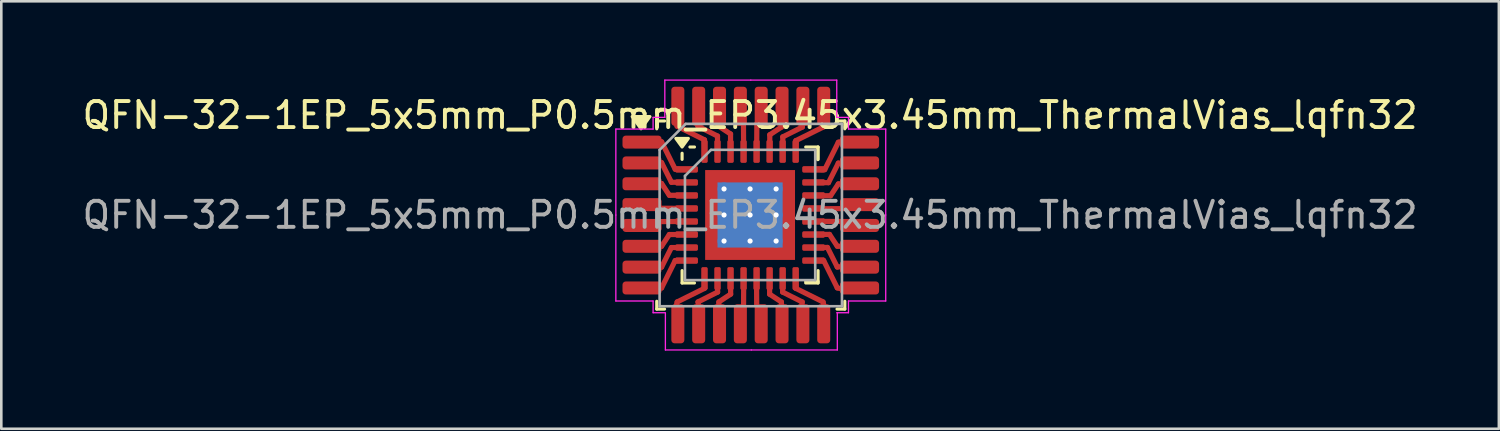
<source format=kicad_pcb>
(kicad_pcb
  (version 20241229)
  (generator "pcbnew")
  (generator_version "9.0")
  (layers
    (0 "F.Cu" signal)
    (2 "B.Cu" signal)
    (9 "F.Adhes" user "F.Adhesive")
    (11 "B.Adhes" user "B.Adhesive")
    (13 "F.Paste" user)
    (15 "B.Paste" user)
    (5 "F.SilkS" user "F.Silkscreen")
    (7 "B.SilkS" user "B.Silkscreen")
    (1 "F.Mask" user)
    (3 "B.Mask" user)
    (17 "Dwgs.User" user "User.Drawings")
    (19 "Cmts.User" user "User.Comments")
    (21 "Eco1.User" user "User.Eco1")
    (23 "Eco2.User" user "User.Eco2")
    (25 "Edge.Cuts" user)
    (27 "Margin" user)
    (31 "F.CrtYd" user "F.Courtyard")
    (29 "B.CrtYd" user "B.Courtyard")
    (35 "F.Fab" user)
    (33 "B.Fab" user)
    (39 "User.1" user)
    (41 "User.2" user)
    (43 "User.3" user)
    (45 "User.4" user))
  (footprint "QFN-32-1EP_5x5mm_P0.5mm_EP3.45x3.45mm_ThermalVias_lqfn32"
    (layer "F.Cu")
    (at 25.744 5.203)
    (property "Reference" "QFN-32-1EP_5x5mm_P0.5mm_EP3.45x3.45mm_ThermalVias_lqfn32" (at 0 -3.83 0) (layer "F.SilkS") (effects (font (size 1 1) (thickness 0.15))))
    (attr smd)
    (fp_line (start -3.398 1.202) (end -3.61 1.21) (stroke (width 0.2) (type default)) (layer "F.Cu"))
    (fp_line (start -3.398 2.002) (end -3.62 1.98) (stroke (width 0.2) (type default)) (layer "F.Cu"))
    (fp_line (start -3.398 2.802) (end -3.68 2.87) (stroke (width 0.2) (type default)) (layer "F.Cu"))
    (fp_line (start -3.397 -2.808) (end -3.679 -2.876) (stroke (width 0.2) (type default)) (layer "F.Cu"))
    (fp_line (start -3.397 -2.008) (end -3.619 -1.986) (stroke (width 0.2) (type default)) (layer "F.Cu"))
    (fp_line (start -3.397 -1.208) (end -3.609 -1.216) (stroke (width 0.2) (type default)) (layer "F.Cu"))
    (fp_line (start -3.1 0.75) (end -3.398 1.202) (stroke (width 0.2) (type default)) (layer "F.Cu"))
    (fp_line (start -3.099 -0.756) (end -3.397 -1.208) (stroke (width 0.2) (type default)) (layer "F.Cu"))
    (fp_line (start -3.02 1.25) (end -3.398 2.002) (stroke (width 0.2) (type default)) (layer "F.Cu"))
    (fp_line (start -3.019 -1.256) (end -3.397 -2.008) (stroke (width 0.2) (type default)) (layer "F.Cu"))
    (fp_line (start -2.875 0.25) (end -3.531 0.254) (stroke (width 0.2) (type default)) (layer "F.Cu"))
    (fp_line (start -2.875 0.75) (end -3.1 0.75) (stroke (width 0.2) (type default)) (layer "F.Cu"))
    (fp_line (start -2.875 1.25) (end -3.02 1.25) (stroke (width 0.2) (type default)) (layer "F.Cu"))
    (fp_line (start -2.875 1.75) (end -3.398 2.802) (stroke (width 0.2) (type default)) (layer "F.Cu"))
    (fp_line (start -2.875 1.75) (end -2.74 1.75) (stroke (width 0.2) (type default)) (layer "F.Cu"))
    (fp_line (start -2.874 -1.756) (end -3.397 -2.808) (stroke (width 0.2) (type default)) (layer "F.Cu"))
    (fp_line (start -2.874 -1.756) (end -2.739 -1.756) (stroke (width 0.2) (type default)) (layer "F.Cu"))
    (fp_line (start -2.874 -1.256) (end -3.019 -1.256) (stroke (width 0.2) (type default)) (layer "F.Cu"))
    (fp_line (start -2.874 -0.756) (end -3.099 -0.756) (stroke (width 0.2) (type default)) (layer "F.Cu"))
    (fp_line (start -2.874 -0.256) (end -3.53 -0.26) (stroke (width 0.2) (type default)) (layer "F.Cu"))
    (fp_line (start -2.802 -3.408) (end -2.87 -3.69) (stroke (width 0.2) (type default)) (layer "F.Cu"))
    (fp_line (start -2.798 3.337) (end -2.866 3.619) (stroke (width 0.2) (type default)) (layer "F.Cu"))
    (fp_line (start -2.002 -3.408) (end -1.98 -3.63) (stroke (width 0.2) (type default)) (layer "F.Cu"))
    (fp_line (start -1.998 3.337) (end -1.976 3.559) (stroke (width 0.2) (type default)) (layer "F.Cu"))
    (fp_line (start -1.75 -2.885) (end -2.802 -3.408) (stroke (width 0.2) (type default)) (layer "F.Cu"))
    (fp_line (start -1.75 -2.885) (end -1.75 -2.75) (stroke (width 0.2) (type default)) (layer "F.Cu"))
    (fp_line (start -1.746 2.814) (end -2.798 3.337) (stroke (width 0.2) (type default)) (layer "F.Cu"))
    (fp_line (start -1.746 2.814) (end -1.746 2.679) (stroke (width 0.2) (type default)) (layer "F.Cu"))
    (fp_line (start -1.25 -3.03) (end -2.002 -3.408) (stroke (width 0.2) (type default)) (layer "F.Cu"))
    (fp_line (start -1.25 -2.885) (end -1.25 -3.03) (stroke (width 0.2) (type default)) (layer "F.Cu"))
    (fp_line (start -1.246 2.814) (end -1.246 2.959) (stroke (width 0.2) (type default)) (layer "F.Cu"))
    (fp_line (start -1.246 2.959) (end -1.998 3.337) (stroke (width 0.2) (type default)) (layer "F.Cu"))
    (fp_line (start -1.202 -3.408) (end -1.21 -3.62) (stroke (width 0.2) (type default)) (layer "F.Cu"))
    (fp_line (start -1.198 3.337) (end -1.206 3.549) (stroke (width 0.2) (type default)) (layer "F.Cu"))
    (fp_line (start -0.75 -3.11) (end -1.202 -3.408) (stroke (width 0.2) (type default)) (layer "F.Cu"))
    (fp_line (start -0.75 -2.885) (end -0.75 -3.11) (stroke (width 0.2) (type default)) (layer "F.Cu"))
    (fp_line (start -0.746 2.814) (end -0.746 3.039) (stroke (width 0.2) (type default)) (layer "F.Cu"))
    (fp_line (start -0.746 3.039) (end -1.198 3.337) (stroke (width 0.2) (type default)) (layer "F.Cu"))
    (fp_line (start -0.25 -2.885) (end -0.254 -3.541) (stroke (width 0.2) (type default)) (layer "F.Cu"))
    (fp_line (start -0.246 2.814) (end -0.25 3.47) (stroke (width 0.2) (type default)) (layer "F.Cu"))
    (fp_line (start 0.25 2.815) (end 0.254 3.471) (stroke (width 0.2) (type default)) (layer "F.Cu"))
    (fp_line (start 0.256 -2.854) (end 0.26 -3.51) (stroke (width 0.2) (type default)) (layer "F.Cu"))
    (fp_line (start 0.75 2.815) (end 0.75 3.04) (stroke (width 0.2) (type default)) (layer "F.Cu"))
    (fp_line (start 0.75 3.04) (end 1.202 3.338) (stroke (width 0.2) (type default)) (layer "F.Cu"))
    (fp_line (start 0.756 -3.079) (end 1.208 -3.377) (stroke (width 0.2) (type default)) (layer "F.Cu"))
    (fp_line (start 0.756 -2.854) (end 0.756 -3.079) (stroke (width 0.2) (type default)) (layer "F.Cu"))
    (fp_line (start 1.202 3.338) (end 1.21 3.55) (stroke (width 0.2) (type default)) (layer "F.Cu"))
    (fp_line (start 1.208 -3.377) (end 1.216 -3.589) (stroke (width 0.2) (type default)) (layer "F.Cu"))
    (fp_line (start 1.25 2.815) (end 1.25 2.96) (stroke (width 0.2) (type default)) (layer "F.Cu"))
    (fp_line (start 1.25 2.96) (end 2.002 3.338) (stroke (width 0.2) (type default)) (layer "F.Cu"))
    (fp_line (start 1.256 -2.999) (end 2.008 -3.377) (stroke (width 0.2) (type default)) (layer "F.Cu"))
    (fp_line (start 1.256 -2.854) (end 1.256 -2.999) (stroke (width 0.2) (type default)) (layer "F.Cu"))
    (fp_line (start 1.75 2.815) (end 1.75 2.68) (stroke (width 0.2) (type default)) (layer "F.Cu"))
    (fp_line (start 1.75 2.815) (end 2.802 3.338) (stroke (width 0.2) (type default)) (layer "F.Cu"))
    (fp_line (start 1.756 -2.854) (end 1.756 -2.719) (stroke (width 0.2) (type default)) (layer "F.Cu"))
    (fp_line (start 1.756 -2.854) (end 2.808 -3.377) (stroke (width 0.2) (type default)) (layer "F.Cu"))
    (fp_line (start 2.002 3.338) (end 1.98 3.56) (stroke (width 0.2) (type default)) (layer "F.Cu"))
    (fp_line (start 2.008 -3.377) (end 1.986 -3.599) (stroke (width 0.2) (type default)) (layer "F.Cu"))
    (fp_line (start 2.802 3.338) (end 2.87 3.62) (stroke (width 0.2) (type default)) (layer "F.Cu"))
    (fp_line (start 2.808 -3.377) (end 2.876 -3.659) (stroke (width 0.2) (type default)) (layer "F.Cu"))
    (fp_line (start 2.824 0.246) (end 3.48 0.25) (stroke (width 0.2) (type default)) (layer "F.Cu"))
    (fp_line (start 2.824 0.746) (end 3.049 0.746) (stroke (width 0.2) (type default)) (layer "F.Cu"))
    (fp_line (start 2.824 1.246) (end 2.969 1.246) (stroke (width 0.2) (type default)) (layer "F.Cu"))
    (fp_line (start 2.824 1.746) (end 2.689 1.746) (stroke (width 0.2) (type default)) (layer "F.Cu"))
    (fp_line (start 2.824 1.746) (end 3.347 2.798) (stroke (width 0.2) (type default)) (layer "F.Cu"))
    (fp_line (start 2.865 -1.74) (end 2.73 -1.74) (stroke (width 0.2) (type default)) (layer "F.Cu"))
    (fp_line (start 2.865 -1.74) (end 3.388 -2.792) (stroke (width 0.2) (type default)) (layer "F.Cu"))
    (fp_line (start 2.865 -1.24) (end 3.01 -1.24) (stroke (width 0.2) (type default)) (layer "F.Cu"))
    (fp_line (start 2.865 -0.74) (end 3.09 -0.74) (stroke (width 0.2) (type default)) (layer "F.Cu"))
    (fp_line (start 2.865 -0.24) (end 3.521 -0.244) (stroke (width 0.2) (type default)) (layer "F.Cu"))
    (fp_line (start 2.969 1.246) (end 3.347 1.998) (stroke (width 0.2) (type default)) (layer "F.Cu"))
    (fp_line (start 3.01 -1.24) (end 3.388 -1.992) (stroke (width 0.2) (type default)) (layer "F.Cu"))
    (fp_line (start 3.049 0.746) (end 3.347 1.198) (stroke (width 0.2) (type default)) (layer "F.Cu"))
    (fp_line (start 3.09 -0.74) (end 3.388 -1.192) (stroke (width 0.2) (type default)) (layer "F.Cu"))
    (fp_line (start 3.347 1.198) (end 3.559 1.206) (stroke (width 0.2) (type default)) (layer "F.Cu"))
    (fp_line (start 3.347 1.998) (end 3.569 1.976) (stroke (width 0.2) (type default)) (layer "F.Cu"))
    (fp_line (start 3.347 2.798) (end 3.629 2.866) (stroke (width 0.2) (type default)) (layer "F.Cu"))
    (fp_line (start 3.388 -2.792) (end 3.67 -2.86) (stroke (width 0.2) (type default)) (layer "F.Cu"))
    (fp_line (start 3.388 -1.992) (end 3.61 -1.97) (stroke (width 0.2) (type default)) (layer "F.Cu"))
    (fp_line (start 3.388 -1.192) (end 3.6 -1.2) (stroke (width 0.2) (type default)) (layer "F.Cu"))
    (fp_line (start -3.583 -3.608) (end -3.583 -3.308) (stroke (width 0.12) (type solid)) (layer "F.SilkS"))
    (fp_line (start -3.583 3.612) (end -3.583 3.312) (stroke (width 0.12) (type solid)) (layer "F.SilkS"))
    (fp_line (start -3.283 -3.608) (end -3.583 -3.608) (stroke (width 0.12) (type solid)) (layer "F.SilkS"))
    (fp_line (start -3.283 3.612) (end -3.583 3.612) (stroke (width 0.12) (type solid)) (layer "F.SilkS"))
    (fp_line (start -2.61 -2.135) (end -2.61 -2.37) (stroke (width 0.12) (type solid)) (layer "F.SilkS"))
    (fp_line (start -2.61 2.61) (end -2.61 2.135) (stroke (width 0.12) (type solid)) (layer "F.SilkS"))
    (fp_line (start -2.135 -2.61) (end -2.31 -2.61) (stroke (width 0.12) (type solid)) (layer "F.SilkS"))
    (fp_line (start -2.135 2.61) (end -2.61 2.61) (stroke (width 0.12) (type solid)) (layer "F.SilkS"))
    (fp_line (start 2.135 -2.61) (end 2.61 -2.61) (stroke (width 0.12) (type solid)) (layer "F.SilkS"))
    (fp_line (start 2.135 2.61) (end 2.61 2.61) (stroke (width 0.12) (type solid)) (layer "F.SilkS"))
    (fp_line (start 2.6 -2.6) (end 2.6 -2.125) (stroke (width 0.12) (type solid)) (layer "F.SilkS"))
    (fp_line (start 2.61 -2.61) (end 2.61 -2.135) (stroke (width 0.12) (type solid)) (layer "F.SilkS"))
    (fp_line (start 2.61 2.55) (end 2.135 2.55) (stroke (width 0.12) (type solid)) (layer "F.SilkS"))
    (fp_line (start 2.61 2.61) (end 2.61 2.135) (stroke (width 0.12) (type solid)) (layer "F.SilkS"))
    (fp_line (start 3.337 -3.608) (end 3.637 -3.608) (stroke (width 0.12) (type solid)) (layer "F.SilkS"))
    (fp_line (start 3.337 3.612) (end 3.637 3.612) (stroke (width 0.12) (type solid)) (layer "F.SilkS"))
    (fp_line (start 3.637 -3.608) (end 3.637 -3.308) (stroke (width 0.12) (type solid)) (layer "F.SilkS"))
    (fp_line (start 3.637 3.612) (end 3.637 3.312) (stroke (width 0.12) (type solid)) (layer "F.SilkS"))
    (fp_poly (pts (xy -4.186 -3.308) (xy -4.526 -3.778) (xy -3.845 -3.778) (xy -4.186 -3.308)) (stroke (width 0.12) (type solid)) (fill yes) (layer "F.SilkS"))
    (fp_poly (pts (xy -2.61 -2.61) (xy -2.85 -2.94) (xy -2.37 -2.94) (xy -2.61 -2.61)) (stroke (width 0.12) (type solid)) (fill yes) (layer "F.SilkS"))
    (fp_line (start -5.153 -3.298) (end -5.153 0.002) (stroke (width 0.05) (type solid)) (layer "F.CrtYd"))
    (fp_line (start -5.153 3.302) (end -5.153 0.002) (stroke (width 0.05) (type solid)) (layer "F.CrtYd"))
    (fp_line (start -3.723 -3.748) (end -3.723 -3.298) (stroke (width 0.05) (type solid)) (layer "F.CrtYd"))
    (fp_line (start -3.723 -3.298) (end -5.153 -3.298) (stroke (width 0.05) (type solid)) (layer "F.CrtYd"))
    (fp_line (start -3.723 3.302) (end -5.153 3.302) (stroke (width 0.05) (type solid)) (layer "F.CrtYd"))
    (fp_line (start -3.723 3.752) (end -3.723 3.302) (stroke (width 0.05) (type solid)) (layer "F.CrtYd"))
    (fp_line (start -3.273 -5.178) (end -3.273 -3.748) (stroke (width 0.05) (type solid)) (layer "F.CrtYd"))
    (fp_line (start -3.273 -3.748) (end -3.723 -3.748) (stroke (width 0.05) (type solid)) (layer "F.CrtYd"))
    (fp_line (start -3.273 3.752) (end -3.723 3.752) (stroke (width 0.05) (type solid)) (layer "F.CrtYd"))
    (fp_line (start -3.251 3.752) (end -3.251 5.182) (stroke (width 0.05) (type solid)) (layer "F.CrtYd"))
    (fp_line (start -3.251 5.182) (end 0.049 5.182) (stroke (width 0.05) (type solid)) (layer "F.CrtYd"))
    (fp_line (start 0.027 -5.178) (end -3.273 -5.178) (stroke (width 0.05) (type solid)) (layer "F.CrtYd"))
    (fp_line (start 0.027 -5.178) (end 3.327 -5.178) (stroke (width 0.05) (type solid)) (layer "F.CrtYd"))
    (fp_line (start 3.327 -5.178) (end 3.327 -3.748) (stroke (width 0.05) (type solid)) (layer "F.CrtYd"))
    (fp_line (start 3.327 -3.748) (end 3.777 -3.748) (stroke (width 0.05) (type solid)) (layer "F.CrtYd"))
    (fp_line (start 3.327 3.752) (end 3.777 3.752) (stroke (width 0.05) (type solid)) (layer "F.CrtYd"))
    (fp_line (start 3.349 3.752) (end 3.349 5.182) (stroke (width 0.05) (type solid)) (layer "F.CrtYd"))
    (fp_line (start 3.349 5.182) (end 0.049 5.182) (stroke (width 0.05) (type solid)) (layer "F.CrtYd"))
    (fp_line (start 3.777 -3.748) (end 3.777 -3.298) (stroke (width 0.05) (type solid)) (layer "F.CrtYd"))
    (fp_line (start 3.777 -3.298) (end 5.207 -3.298) (stroke (width 0.05) (type solid)) (layer "F.CrtYd"))
    (fp_line (start 3.777 3.302) (end 5.207 3.302) (stroke (width 0.05) (type solid)) (layer "F.CrtYd"))
    (fp_line (start 3.777 3.752) (end 3.777 3.302) (stroke (width 0.05) (type solid)) (layer "F.CrtYd"))
    (fp_line (start 5.207 -3.298) (end 5.207 0.002) (stroke (width 0.05) (type solid)) (layer "F.CrtYd"))
    (fp_line (start 5.207 3.302) (end 5.207 0.002) (stroke (width 0.05) (type solid)) (layer "F.CrtYd"))
    (fp_line (start -3.473 -2.498) (end -2.473 -3.498) (stroke (width 0.1) (type solid)) (layer "F.Fab"))
    (fp_line (start -3.473 3.502) (end -3.473 -2.498) (stroke (width 0.1) (type solid)) (layer "F.Fab"))
    (fp_line (start -2.5 -1.5) (end -1.5 -2.5) (stroke (width 0.1) (type solid)) (layer "F.Fab"))
    (fp_line (start -2.5 2.5) (end -2.5 -1.5) (stroke (width 0.1) (type solid)) (layer "F.Fab"))
    (fp_line (start -2.473 -3.498) (end 3.527 -3.498) (stroke (width 0.1) (type solid)) (layer "F.Fab"))
    (fp_line (start -1.5 -2.5) (end 2.5 -2.5) (stroke (width 0.1) (type solid)) (layer "F.Fab"))
    (fp_line (start 2.5 -2.5) (end 2.5 2.5) (stroke (width 0.1) (type solid)) (layer "F.Fab"))
    (fp_line (start 2.5 2.5) (end -2.5 2.5) (stroke (width 0.1) (type solid)) (layer "F.Fab"))
    (fp_line (start 3.527 -3.498) (end 3.527 3.502) (stroke (width 0.1) (type solid)) (layer "F.Fab"))
    (fp_line (start 3.527 3.502) (end -3.473 3.502) (stroke (width 0.1) (type solid)) (layer "F.Fab"))
    (fp_text user "${REFERENCE}" (at 0 0 0) (layer "F.Fab") (effects (font (size 1 1) (thickness 0.15))))
    (pad "" smd custom (at -1.363 -1.363) (size 0.484 0.484) (layers "F.Paste") (options (anchor circle)) (primitives (gr_poly (pts (xy -0.192 -0.192) (xy 0.192 -0.192) (xy 0.192 0.108) (xy 0.108 0.192) (xy -0.192 0.192)) (width 0.201) (fill yes))))
    (pad "" smd custom (at -1.363 -0.5) (size 0.503 0.503) (layers "F.Paste") (options (anchor circle)) (primitives (gr_poly (pts (xy -0.21 -0.321) (xy 0.143 -0.321) (xy 0.21 -0.254) (xy 0.21 0.254) (xy 0.143 0.321) (xy -0.21 0.321)) (width 0.164) (fill yes))))
    (pad "" smd custom (at -1.363 0.5) (size 0.503 0.503) (layers "F.Paste") (options (anchor circle)) (primitives (gr_poly (pts (xy -0.21 -0.321) (xy 0.143 -0.321) (xy 0.21 -0.254) (xy 0.21 0.254) (xy 0.143 0.321) (xy -0.21 0.321)) (width 0.164) (fill yes))))
    (pad "" smd custom (at -1.363 1.363) (size 0.484 0.484) (layers "F.Paste") (options (anchor circle)) (primitives (gr_poly (pts (xy -0.192 -0.192) (xy 0.108 -0.192) (xy 0.192 -0.108) (xy 0.192 0.192) (xy -0.192 0.192)) (width 0.201) (fill yes))))
    (pad "" smd custom (at -0.5 -1.363) (size 0.503 0.503) (layers "F.Paste") (options (anchor circle)) (primitives (gr_poly (pts (xy -0.321 -0.21) (xy 0.321 -0.21) (xy 0.321 0.143) (xy 0.254 0.21) (xy -0.254 0.21) (xy -0.321 0.143)) (width 0.164) (fill yes))))
    (pad "" smd roundrect (at -0.5 -0.5) (size 0.806 0.806) (layers "F.Paste") (roundrect_rratio 0.25))
    (pad "" smd roundrect (at -0.5 0.5) (size 0.806 0.806) (layers "F.Paste") (roundrect_rratio 0.25))
    (pad "" smd custom (at -0.5 1.363) (size 0.503 0.503) (layers "F.Paste") (options (anchor circle)) (primitives (gr_poly (pts (xy -0.321 -0.143) (xy -0.254 -0.21) (xy 0.254 -0.21) (xy 0.321 -0.143) (xy 0.321 0.21) (xy -0.321 0.21)) (width 0.164) (fill yes))))
    (pad "" smd custom (at 0.5 -1.363) (size 0.503 0.503) (layers "F.Paste") (options (anchor circle)) (primitives (gr_poly (pts (xy -0.321 -0.21) (xy 0.321 -0.21) (xy 0.321 0.143) (xy 0.254 0.21) (xy -0.254 0.21) (xy -0.321 0.143)) (width 0.164) (fill yes))))
    (pad "" smd roundrect (at 0.5 -0.5) (size 0.806 0.806) (layers "F.Paste") (roundrect_rratio 0.25))
    (pad "" smd roundrect (at 0.5 0.5) (size 0.806 0.806) (layers "F.Paste") (roundrect_rratio 0.25))
    (pad "" smd custom (at 0.5 1.363) (size 0.503 0.503) (layers "F.Paste") (options (anchor circle)) (primitives (gr_poly (pts (xy -0.321 -0.143) (xy -0.254 -0.21) (xy 0.254 -0.21) (xy 0.321 -0.143) (xy 0.321 0.21) (xy -0.321 0.21)) (width 0.164) (fill yes))))
    (pad "" smd custom (at 1.363 -1.363) (size 0.484 0.484) (layers "F.Paste") (options (anchor circle)) (primitives (gr_poly (pts (xy -0.192 -0.192) (xy 0.192 -0.192) (xy 0.192 0.192) (xy -0.108 0.192) (xy -0.192 0.108)) (width 0.201) (fill yes))))
    (pad "" smd custom (at 1.363 -0.5) (size 0.503 0.503) (layers "F.Paste") (options (anchor circle)) (primitives (gr_poly (pts (xy -0.21 -0.254) (xy -0.143 -0.321) (xy 0.21 -0.321) (xy 0.21 0.321) (xy -0.143 0.321) (xy -0.21 0.254)) (width 0.164) (fill yes))))
    (pad "" smd custom (at 1.363 0.5) (size 0.503 0.503) (layers "F.Paste") (options (anchor circle)) (primitives (gr_poly (pts (xy -0.21 -0.254) (xy -0.143 -0.321) (xy 0.21 -0.321) (xy 0.21 0.321) (xy -0.143 0.321) (xy -0.21 0.254)) (width 0.164) (fill yes))))
    (pad "" smd custom (at 1.363 1.363) (size 0.484 0.484) (layers "F.Paste") (options (anchor circle)) (primitives (gr_poly (pts (xy -0.192 -0.108) (xy -0.108 -0.192) (xy 0.192 -0.192) (xy 0.192 0.192) (xy -0.192 0.192)) (width 0.201) (fill yes))))
    (pad "1" smd roundrect (at -4.148 -2.798) (size 1.5 0.5) (layers "F.Cu" "F.Mask" "F.Paste") (roundrect_rratio 0.25))
    (pad "1" smd roundrect (at -2.438 -1.75) (size 0.875 0.25) (layers "F.Cu" "F.Mask" "F.Paste") (roundrect_rratio 0.25))
    (pad "2" smd roundrect (at -4.148 -1.998) (size 1.5 0.5) (layers "F.Cu" "F.Mask" "F.Paste") (roundrect_rratio 0.25))
    (pad "2" smd roundrect (at -2.438 -1.25) (size 0.875 0.25) (layers "F.Cu" "F.Mask" "F.Paste") (roundrect_rratio 0.25))
    (pad "3" smd roundrect (at -4.148 -1.198) (size 1.5 0.5) (layers "F.Cu" "F.Mask" "F.Paste") (roundrect_rratio 0.25))
    (pad "3" smd roundrect (at -2.438 -0.75) (size 0.875 0.25) (layers "F.Cu" "F.Mask" "F.Paste") (roundrect_rratio 0.25))
    (pad "4" smd roundrect (at -4.148 -0.398) (size 1.5 0.5) (layers "F.Cu" "F.Mask" "F.Paste") (roundrect_rratio 0.25))
    (pad "4" smd roundrect (at -2.438 -0.25) (size 0.875 0.25) (layers "F.Cu" "F.Mask" "F.Paste") (roundrect_rratio 0.25))
    (pad "5" smd roundrect (at -4.148 0.402) (size 1.5 0.5) (layers "F.Cu" "F.Mask" "F.Paste") (roundrect_rratio 0.25))
    (pad "5" smd roundrect (at -2.438 0.25) (size 0.875 0.25) (layers "F.Cu" "F.Mask" "F.Paste") (roundrect_rratio 0.25))
    (pad "6" smd roundrect (at -4.148 1.202) (size 1.5 0.5) (layers "F.Cu" "F.Mask" "F.Paste") (roundrect_rratio 0.25))
    (pad "6" smd roundrect (at -2.438 0.75) (size 0.875 0.25) (layers "F.Cu" "F.Mask" "F.Paste") (roundrect_rratio 0.25))
    (pad "7" smd roundrect (at -4.148 2.002) (size 1.5 0.5) (layers "F.Cu" "F.Mask" "F.Paste") (roundrect_rratio 0.25))
    (pad "7" smd roundrect (at -2.438 1.25) (size 0.875 0.25) (layers "F.Cu" "F.Mask" "F.Paste") (roundrect_rratio 0.25))
    (pad "8" smd roundrect (at -4.148 2.802) (size 1.5 0.5) (layers "F.Cu" "F.Mask" "F.Paste") (roundrect_rratio 0.25))
    (pad "8" smd roundrect (at -2.438 1.75) (size 0.875 0.25) (layers "F.Cu" "F.Mask" "F.Paste") (roundrect_rratio 0.25))
    (pad "9" smd roundrect (at -2.773 4.177) (size 0.5 1.5) (layers "F.Cu" "F.Mask" "F.Paste") (roundrect_rratio 0.25))
    (pad "9" smd roundrect (at -1.75 2.438) (size 0.25 0.875) (layers "F.Cu" "F.Mask" "F.Paste") (roundrect_rratio 0.25))
    (pad "10" smd roundrect (at -1.973 4.177) (size 0.5 1.5) (layers "F.Cu" "F.Mask" "F.Paste") (roundrect_rratio 0.25))
    (pad "10" smd roundrect (at -1.25 2.438) (size 0.25 0.875) (layers "F.Cu" "F.Mask" "F.Paste") (roundrect_rratio 0.25))
    (pad "11" smd roundrect (at -1.173 4.177) (size 0.5 1.5) (layers "F.Cu" "F.Mask" "F.Paste") (roundrect_rratio 0.25))
    (pad "11" smd roundrect (at -0.75 2.438) (size 0.25 0.875) (layers "F.Cu" "F.Mask" "F.Paste") (roundrect_rratio 0.25))
    (pad "12" smd roundrect (at -0.373 4.177) (size 0.5 1.5) (layers "F.Cu" "F.Mask" "F.Paste") (roundrect_rratio 0.25))
    (pad "12" smd roundrect (at -0.25 2.438) (size 0.25 0.875) (layers "F.Cu" "F.Mask" "F.Paste") (roundrect_rratio 0.25))
    (pad "13" smd roundrect (at 0.25 2.438) (size 0.25 0.875) (layers "F.Cu" "F.Mask" "F.Paste") (roundrect_rratio 0.25))
    (pad "13" smd roundrect (at 0.427 4.177) (size 0.5 1.5) (layers "F.Cu" "F.Mask" "F.Paste") (roundrect_rratio 0.25))
    (pad "14" smd roundrect (at 0.75 2.438) (size 0.25 0.875) (layers "F.Cu" "F.Mask" "F.Paste") (roundrect_rratio 0.25))
    (pad "14" smd roundrect (at 1.227 4.177) (size 0.5 1.5) (layers "F.Cu" "F.Mask" "F.Paste") (roundrect_rratio 0.25))
    (pad "15" smd roundrect (at 1.25 2.438) (size 0.25 0.875) (layers "F.Cu" "F.Mask" "F.Paste") (roundrect_rratio 0.25))
    (pad "15" smd roundrect (at 2.027 4.177) (size 0.5 1.5) (layers "F.Cu" "F.Mask" "F.Paste") (roundrect_rratio 0.25))
    (pad "16" smd roundrect (at 1.75 2.438) (size 0.25 0.875) (layers "F.Cu" "F.Mask" "F.Paste") (roundrect_rratio 0.25))
    (pad "16" smd roundrect (at 2.827 4.177) (size 0.5 1.5) (layers "F.Cu" "F.Mask" "F.Paste") (roundrect_rratio 0.25))
    (pad "17" smd roundrect (at 2.438 1.75) (size 0.875 0.25) (layers "F.Cu" "F.Mask" "F.Paste") (roundrect_rratio 0.25))
    (pad "17" smd roundrect (at 4.202 2.802) (size 1.5 0.5) (layers "F.Cu" "F.Mask" "F.Paste") (roundrect_rratio 0.25))
    (pad "18" smd roundrect (at 2.438 1.25) (size 0.875 0.25) (layers "F.Cu" "F.Mask" "F.Paste") (roundrect_rratio 0.25))
    (pad "18" smd roundrect (at 4.202 2.002) (size 1.5 0.5) (layers "F.Cu" "F.Mask" "F.Paste") (roundrect_rratio 0.25))
    (pad "19" smd roundrect (at 2.438 0.75) (size 0.875 0.25) (layers "F.Cu" "F.Mask" "F.Paste") (roundrect_rratio 0.25))
    (pad "19" smd roundrect (at 4.202 1.202) (size 1.5 0.5) (layers "F.Cu" "F.Mask" "F.Paste") (roundrect_rratio 0.25))
    (pad "20" smd roundrect (at 2.438 0.25) (size 0.875 0.25) (layers "F.Cu" "F.Mask" "F.Paste") (roundrect_rratio 0.25))
    (pad "20" smd roundrect (at 4.202 0.402) (size 1.5 0.5) (layers "F.Cu" "F.Mask" "F.Paste") (roundrect_rratio 0.25))
    (pad "21" smd roundrect (at 2.438 -0.25) (size 0.875 0.25) (layers "F.Cu" "F.Mask" "F.Paste") (roundrect_rratio 0.25))
    (pad "21" smd roundrect (at 4.202 -0.398) (size 1.5 0.5) (layers "F.Cu" "F.Mask" "F.Paste") (roundrect_rratio 0.25))
    (pad "22" smd roundrect (at 2.438 -0.75) (size 0.875 0.25) (layers "F.Cu" "F.Mask" "F.Paste") (roundrect_rratio 0.25))
    (pad "22" smd roundrect (at 4.202 -1.198) (size 1.5 0.5) (layers "F.Cu" "F.Mask" "F.Paste") (roundrect_rratio 0.25))
    (pad "23" smd roundrect (at 2.438 -1.25) (size 0.875 0.25) (layers "F.Cu" "F.Mask" "F.Paste") (roundrect_rratio 0.25))
    (pad "23" smd roundrect (at 4.202 -1.998) (size 1.5 0.5) (layers "F.Cu" "F.Mask" "F.Paste") (roundrect_rratio 0.25))
    (pad "24" smd roundrect (at 2.438 -1.75) (size 0.875 0.25) (layers "F.Cu" "F.Mask" "F.Paste") (roundrect_rratio 0.25))
    (pad "24" smd roundrect (at 4.202 -2.798) (size 1.5 0.5) (layers "F.Cu" "F.Mask" "F.Paste") (roundrect_rratio 0.25))
    (pad "25" smd roundrect (at 1.75 -2.438) (size 0.25 0.875) (layers "F.Cu" "F.Mask" "F.Paste") (roundrect_rratio 0.25))
    (pad "25" smd roundrect (at 2.827 -4.173) (size 0.5 1.5) (layers "F.Cu" "F.Mask" "F.Paste") (roundrect_rratio 0.25))
    (pad "26" smd roundrect (at 1.25 -2.438) (size 0.25 0.875) (layers "F.Cu" "F.Mask" "F.Paste") (roundrect_rratio 0.25))
    (pad "26" smd roundrect (at 2.027 -4.173) (size 0.5 1.5) (layers "F.Cu" "F.Mask" "F.Paste") (roundrect_rratio 0.25))
    (pad "27" smd roundrect (at 0.75 -2.438) (size 0.25 0.875) (layers "F.Cu" "F.Mask" "F.Paste") (roundrect_rratio 0.25))
    (pad "27" smd roundrect (at 1.227 -4.173) (size 0.5 1.5) (layers "F.Cu" "F.Mask" "F.Paste") (roundrect_rratio 0.25))
    (pad "28" smd roundrect (at 0.25 -2.438) (size 0.25 0.875) (layers "F.Cu" "F.Mask" "F.Paste") (roundrect_rratio 0.25))
    (pad "28" smd roundrect (at 0.427 -4.173) (size 0.5 1.5) (layers "F.Cu" "F.Mask" "F.Paste") (roundrect_rratio 0.25))
    (pad "29" smd roundrect (at -0.373 -4.173) (size 0.5 1.5) (layers "F.Cu" "F.Mask" "F.Paste") (roundrect_rratio 0.25))
    (pad "29" smd roundrect (at -0.25 -2.438) (size 0.25 0.875) (layers "F.Cu" "F.Mask" "F.Paste") (roundrect_rratio 0.25))
    (pad "30" smd roundrect (at -1.173 -4.173) (size 0.5 1.5) (layers "F.Cu" "F.Mask" "F.Paste") (roundrect_rratio 0.25))
    (pad "30" smd roundrect (at -0.75 -2.438) (size 0.25 0.875) (layers "F.Cu" "F.Mask" "F.Paste") (roundrect_rratio 0.25))
    (pad "31" smd roundrect (at -1.973 -4.173) (size 0.5 1.5) (layers "F.Cu" "F.Mask" "F.Paste") (roundrect_rratio 0.25))
    (pad "31" smd roundrect (at -1.25 -2.438) (size 0.25 0.875) (layers "F.Cu" "F.Mask" "F.Paste") (roundrect_rratio 0.25))
    (pad "32" smd roundrect (at -2.773 -4.173) (size 0.5 1.5) (layers "F.Cu" "F.Mask" "F.Paste") (roundrect_rratio 0.25))
    (pad "32" smd roundrect (at -1.75 -2.438) (size 0.25 0.875) (layers "F.Cu" "F.Mask" "F.Paste") (roundrect_rratio 0.25))
    (pad "33" thru_hole circle (at -1 -1) (size 0.5 0.5) (drill 0.2) (property pad_prop_heatsink) (layers "*.Cu"))
    (pad "33" thru_hole circle (at -1 0) (size 0.5 0.5) (drill 0.2) (property pad_prop_heatsink) (layers "*.Cu"))
    (pad "33" thru_hole circle (at -1 1) (size 0.5 0.5) (drill 0.2) (property pad_prop_heatsink) (layers "*.Cu"))
    (pad "33" thru_hole circle (at 0 -1) (size 0.5 0.5) (drill 0.2) (property pad_prop_heatsink) (layers "*.Cu"))
    (pad "33" thru_hole circle (at 0 0) (size 0.5 0.5) (drill 0.2) (property pad_prop_heatsink) (layers "*.Cu"))
    (pad "33" smd rect (at 0 0) (size 2.5 2.5) (property pad_prop_heatsink) (layers "B.Cu"))
    (pad "33" smd rect (at 0 0) (size 3.45 3.45) (property pad_prop_heatsink) (layers "F.Cu" "F.Mask"))
    (pad "33" thru_hole circle (at 0 1) (size 0.5 0.5) (drill 0.2) (property pad_prop_heatsink) (layers "*.Cu"))
    (pad "33" thru_hole circle (at 1 -1) (size 0.5 0.5) (drill 0.2) (property pad_prop_heatsink) (layers "*.Cu"))
    (pad "33" thru_hole circle (at 1 0) (size 0.5 0.5) (drill 0.2) (property pad_prop_heatsink) (layers "*.Cu"))
    (pad "33" thru_hole circle (at 1 1) (size 0.5 0.5) (drill 0.2) (property pad_prop_heatsink) (layers "*.Cu")))
  (gr_rect
    (start -3 -3)
    (end 54.488 13.41)
    (stroke (width 0.1) (type default))
    (fill no)
    (layer "Edge.Cuts")))
</source>
